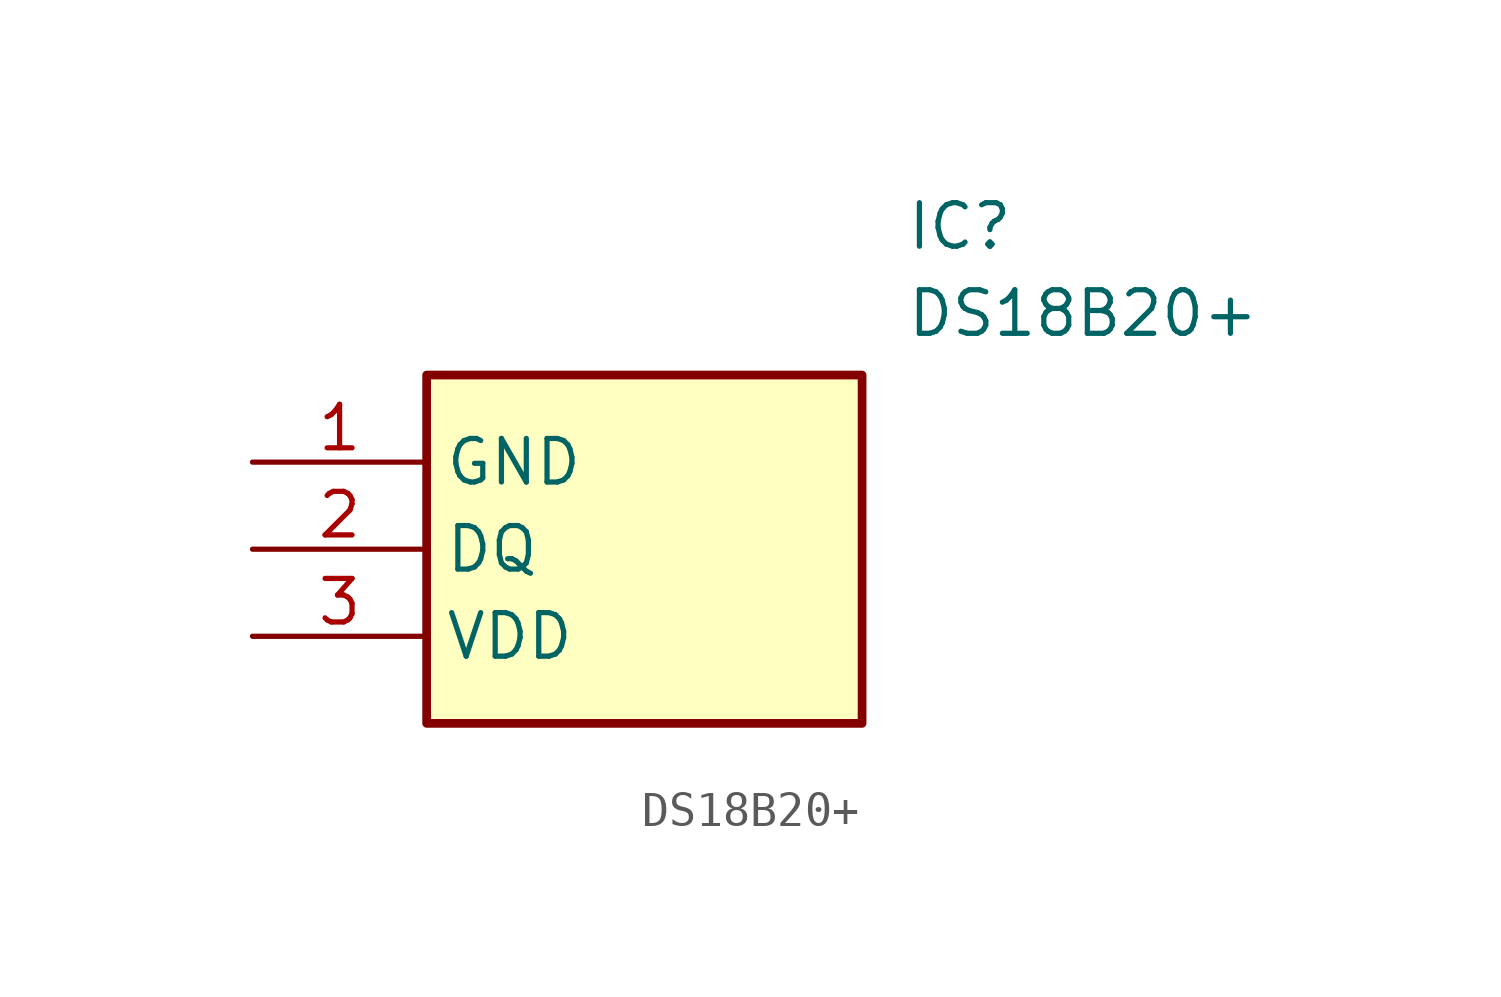
<source format=kicad_sym>
(kicad_symbol_lib
  (version 20211014)
  (generator SamacSys_ECAD_Model)
  (symbol "DS18B20+"
    (property "Reference" "IC"
      (at 19.05 7.62 0)
      (effects (font (size 1.27 1.27)) (justify left top)))
    (property "Value" "DS18B20+"
      (at 19.05 5.08 0)
      (effects (font (size 1.27 1.27)) (justify left top)))
    (rectangle
      (start 5.08 2.54)
      (end 17.78 -7.62)
      (stroke (width 0.254) (type default))
      (fill (type background)))
    (pin passive line
      (at 0 0 0)
      (length 5.08)
      (name "GND" (effects (font (size 1.27 1.27))))
      (number "1" (effects (font (size 1.27 1.27)))))
    (pin passive line
      (at 0 -2.54 0)
      (length 5.08)
      (name "DQ" (effects (font (size 1.27 1.27))))
      (number "2" (effects (font (size 1.27 1.27)))))
    (pin passive line
      (at 0 -5.08 0)
      (length 5.08)
      (name "VDD" (effects (font (size 1.27 1.27))))
      (number "3" (effects (font (size 1.27 1.27)))))))
</source>
